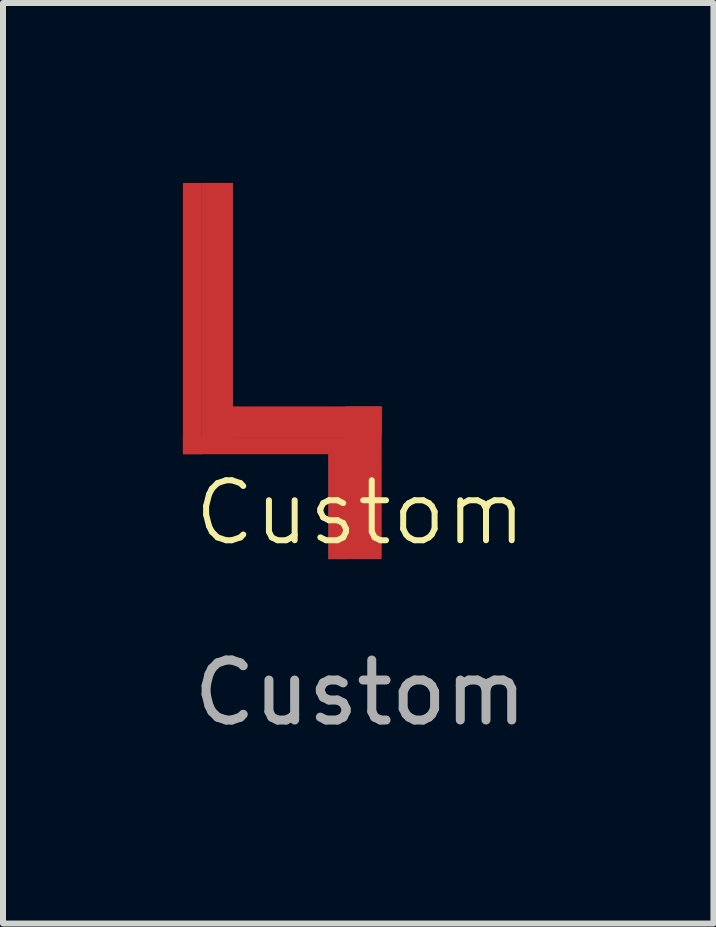
<source format=kicad_pcb>
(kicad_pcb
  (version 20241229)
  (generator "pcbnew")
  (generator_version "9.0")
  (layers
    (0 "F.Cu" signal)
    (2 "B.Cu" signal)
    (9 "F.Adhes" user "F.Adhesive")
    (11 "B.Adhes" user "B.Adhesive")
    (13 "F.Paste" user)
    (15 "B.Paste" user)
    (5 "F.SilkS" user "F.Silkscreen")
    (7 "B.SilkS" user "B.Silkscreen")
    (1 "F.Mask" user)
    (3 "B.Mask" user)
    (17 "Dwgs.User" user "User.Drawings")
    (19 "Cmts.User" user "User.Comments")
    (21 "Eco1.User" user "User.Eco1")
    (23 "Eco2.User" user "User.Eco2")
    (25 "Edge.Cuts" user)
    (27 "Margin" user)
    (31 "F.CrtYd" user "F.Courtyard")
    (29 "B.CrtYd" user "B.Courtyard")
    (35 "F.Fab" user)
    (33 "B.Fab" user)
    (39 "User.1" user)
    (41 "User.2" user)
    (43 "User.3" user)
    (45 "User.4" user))
  (footprint "Custom"
    (layer "F.Cu")
    (at 2.958 6)
    (property "Reference" "Custom" (at 0 -0.5 0) (unlocked yes) (layer "F.SilkS") (effects (font (size 1 1) (thickness 0.1))))
    (attr smd)
    (fp_text user "${REFERENCE}" (at 0 2.5 0) (unlocked yes) (layer "F.Fab") (effects (font (size 1 1) (thickness 0.15))))
    (pad "1" smd rect (at -2.382 -3.85 180) (size 0.519 4.3) (layers "F.Cu"))
    (pad "1" smd rect (at -1.022 -2.018 90) (size 0.512 2.756) (layers "F.Cu"))
    (pad "1" smd rect (at 0.056 -1) (size 0.599 2.547) (layers "F.Cu"))
    (pad "2" smd rect (at -2.8 -3.738 180) (size 0.317 4.523) (layers "F.Cu"))
    (pad "2" smd rect (at -1.598 -1.62 90) (size 0.286 2.721) (layers "F.Cu"))
    (pad "2" smd rect (at -0.387 -0.713) (size 0.3 1.975) (layers "F.Cu")))
  (gr_rect
    (start -3 -3)
    (end 8.845 12.348)
    (stroke (width 0.1) (type default))
    (fill no)
    (layer "Edge.Cuts")))
</source>
